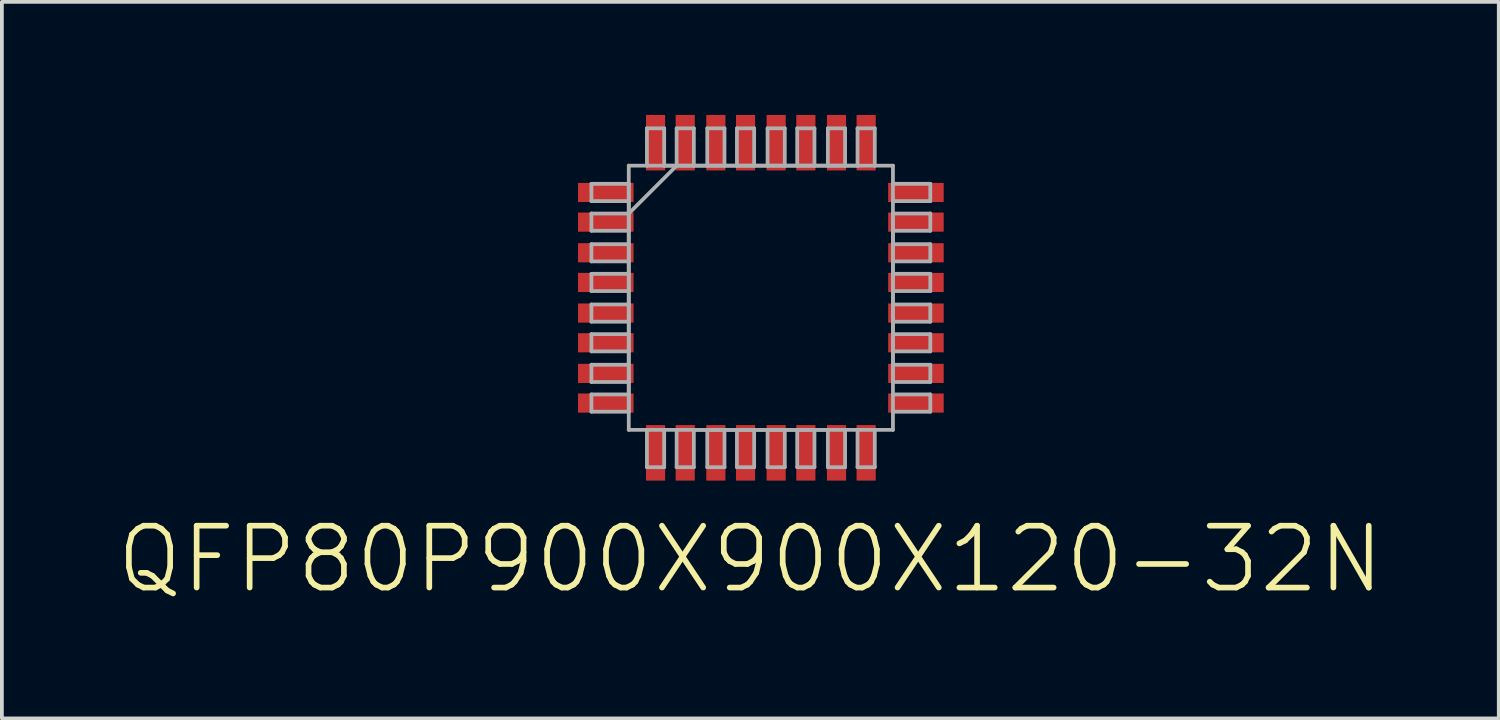
<source format=kicad_pcb>
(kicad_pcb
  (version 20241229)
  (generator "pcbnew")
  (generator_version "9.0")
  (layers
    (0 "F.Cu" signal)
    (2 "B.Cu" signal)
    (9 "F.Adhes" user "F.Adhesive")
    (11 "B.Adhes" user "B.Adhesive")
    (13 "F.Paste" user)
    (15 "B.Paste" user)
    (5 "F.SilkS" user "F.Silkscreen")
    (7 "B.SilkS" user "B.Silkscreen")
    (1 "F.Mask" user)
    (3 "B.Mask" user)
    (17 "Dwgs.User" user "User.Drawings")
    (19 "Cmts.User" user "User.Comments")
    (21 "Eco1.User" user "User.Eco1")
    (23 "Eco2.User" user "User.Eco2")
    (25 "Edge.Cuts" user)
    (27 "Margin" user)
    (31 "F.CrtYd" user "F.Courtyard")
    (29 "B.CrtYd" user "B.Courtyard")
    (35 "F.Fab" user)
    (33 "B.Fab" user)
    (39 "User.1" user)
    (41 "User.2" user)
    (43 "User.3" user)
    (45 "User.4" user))
  (footprint "QFP80P900X900X120-32N"
    (layer "F.Cu")
    (at 17.139 4.851)
    (property "Reference" "QFP80P900X900X120-32N" (at -0.28 6.938 0) (layer "F.SilkS") (effects (font (size 1.641 1.641) (thickness 0.15))))
    (attr through_hole)
    (fp_line (start -4.496 -3.023) (end -4.496 -2.565) (stroke (width 0.1) (type solid)) (layer "F.Fab"))
    (fp_line (start -4.496 -2.565) (end -3.505 -2.565) (stroke (width 0.1) (type solid)) (layer "F.Fab"))
    (fp_line (start -4.496 -2.235) (end -4.496 -1.778) (stroke (width 0.1) (type solid)) (layer "F.Fab"))
    (fp_line (start -4.496 -1.778) (end -3.505 -1.778) (stroke (width 0.1) (type solid)) (layer "F.Fab"))
    (fp_line (start -4.496 -1.422) (end -4.496 -0.965) (stroke (width 0.1) (type solid)) (layer "F.Fab"))
    (fp_line (start -4.496 -0.965) (end -3.505 -0.965) (stroke (width 0.1) (type solid)) (layer "F.Fab"))
    (fp_line (start -4.496 -0.635) (end -4.496 -0.178) (stroke (width 0.1) (type solid)) (layer "F.Fab"))
    (fp_line (start -4.496 -0.178) (end -3.505 -0.178) (stroke (width 0.1) (type solid)) (layer "F.Fab"))
    (fp_line (start -4.496 0.178) (end -4.496 0.635) (stroke (width 0.1) (type solid)) (layer "F.Fab"))
    (fp_line (start -4.496 0.635) (end -3.505 0.635) (stroke (width 0.1) (type solid)) (layer "F.Fab"))
    (fp_line (start -4.496 0.965) (end -4.496 1.422) (stroke (width 0.1) (type solid)) (layer "F.Fab"))
    (fp_line (start -4.496 1.422) (end -3.505 1.422) (stroke (width 0.1) (type solid)) (layer "F.Fab"))
    (fp_line (start -4.496 1.778) (end -4.496 2.235) (stroke (width 0.1) (type solid)) (layer "F.Fab"))
    (fp_line (start -4.496 2.235) (end -3.505 2.235) (stroke (width 0.1) (type solid)) (layer "F.Fab"))
    (fp_line (start -4.496 2.565) (end -4.496 3.023) (stroke (width 0.1) (type solid)) (layer "F.Fab"))
    (fp_line (start -4.496 3.023) (end -3.505 3.023) (stroke (width 0.1) (type solid)) (layer "F.Fab"))
    (fp_line (start -3.505 -3.505) (end -3.505 -3.023) (stroke (width 0.1) (type solid)) (layer "F.Fab"))
    (fp_line (start -3.505 -3.023) (end -4.496 -3.023) (stroke (width 0.1) (type solid)) (layer "F.Fab"))
    (fp_line (start -3.505 -3.023) (end -3.505 3.023) (stroke (width 0.1) (type solid)) (layer "F.Fab"))
    (fp_line (start -3.505 -2.565) (end -3.505 -3.023) (stroke (width 0.1) (type solid)) (layer "F.Fab"))
    (fp_line (start -3.505 -2.565) (end -3.505 -2.235) (stroke (width 0.1) (type solid)) (layer "F.Fab"))
    (fp_line (start -3.505 -2.235) (end -4.496 -2.235) (stroke (width 0.1) (type solid)) (layer "F.Fab"))
    (fp_line (start -3.505 -2.235) (end -2.235 -3.505) (stroke (width 0.1) (type solid)) (layer "F.Fab"))
    (fp_line (start -3.505 -1.778) (end -3.505 -2.235) (stroke (width 0.1) (type solid)) (layer "F.Fab"))
    (fp_line (start -3.505 -1.778) (end -3.505 -1.422) (stroke (width 0.1) (type solid)) (layer "F.Fab"))
    (fp_line (start -3.505 -1.422) (end -4.496 -1.422) (stroke (width 0.1) (type solid)) (layer "F.Fab"))
    (fp_line (start -3.505 -0.965) (end -3.505 -1.422) (stroke (width 0.1) (type solid)) (layer "F.Fab"))
    (fp_line (start -3.505 -0.965) (end -3.505 -0.635) (stroke (width 0.1) (type solid)) (layer "F.Fab"))
    (fp_line (start -3.505 -0.635) (end -4.496 -0.635) (stroke (width 0.1) (type solid)) (layer "F.Fab"))
    (fp_line (start -3.505 -0.178) (end -3.505 -0.635) (stroke (width 0.1) (type solid)) (layer "F.Fab"))
    (fp_line (start -3.505 -0.178) (end -3.505 0.178) (stroke (width 0.1) (type solid)) (layer "F.Fab"))
    (fp_line (start -3.505 0.178) (end -4.496 0.178) (stroke (width 0.1) (type solid)) (layer "F.Fab"))
    (fp_line (start -3.505 0.635) (end -3.505 0.178) (stroke (width 0.1) (type solid)) (layer "F.Fab"))
    (fp_line (start -3.505 0.635) (end -3.505 0.965) (stroke (width 0.1) (type solid)) (layer "F.Fab"))
    (fp_line (start -3.505 0.965) (end -4.496 0.965) (stroke (width 0.1) (type solid)) (layer "F.Fab"))
    (fp_line (start -3.505 1.422) (end -3.505 0.965) (stroke (width 0.1) (type solid)) (layer "F.Fab"))
    (fp_line (start -3.505 1.422) (end -3.505 1.778) (stroke (width 0.1) (type solid)) (layer "F.Fab"))
    (fp_line (start -3.505 1.778) (end -4.496 1.778) (stroke (width 0.1) (type solid)) (layer "F.Fab"))
    (fp_line (start -3.505 2.235) (end -3.505 1.778) (stroke (width 0.1) (type solid)) (layer "F.Fab"))
    (fp_line (start -3.505 2.235) (end -3.505 2.565) (stroke (width 0.1) (type solid)) (layer "F.Fab"))
    (fp_line (start -3.505 2.565) (end -4.496 2.565) (stroke (width 0.1) (type solid)) (layer "F.Fab"))
    (fp_line (start -3.505 3.023) (end -3.505 2.565) (stroke (width 0.1) (type solid)) (layer "F.Fab"))
    (fp_line (start -3.505 3.023) (end -3.505 3.505) (stroke (width 0.1) (type solid)) (layer "F.Fab"))
    (fp_line (start -3.505 3.505) (end -3.023 3.505) (stroke (width 0.1) (type solid)) (layer "F.Fab"))
    (fp_line (start -3.023 -4.496) (end -3.023 -3.505) (stroke (width 0.1) (type solid)) (layer "F.Fab"))
    (fp_line (start -3.023 -3.505) (end -3.505 -3.505) (stroke (width 0.1) (type solid)) (layer "F.Fab"))
    (fp_line (start -3.023 -3.505) (end -2.565 -3.505) (stroke (width 0.1) (type solid)) (layer "F.Fab"))
    (fp_line (start -3.023 3.505) (end -3.023 4.496) (stroke (width 0.1) (type solid)) (layer "F.Fab"))
    (fp_line (start -3.023 4.496) (end -2.565 4.496) (stroke (width 0.1) (type solid)) (layer "F.Fab"))
    (fp_line (start -2.565 -4.496) (end -3.023 -4.496) (stroke (width 0.1) (type solid)) (layer "F.Fab"))
    (fp_line (start -2.565 -3.505) (end -2.565 -4.496) (stroke (width 0.1) (type solid)) (layer "F.Fab"))
    (fp_line (start -2.565 3.505) (end -3.023 3.505) (stroke (width 0.1) (type solid)) (layer "F.Fab"))
    (fp_line (start -2.565 3.505) (end -2.235 3.505) (stroke (width 0.1) (type solid)) (layer "F.Fab"))
    (fp_line (start -2.565 4.496) (end -2.565 3.505) (stroke (width 0.1) (type solid)) (layer "F.Fab"))
    (fp_line (start -2.235 -4.496) (end -2.235 -3.505) (stroke (width 0.1) (type solid)) (layer "F.Fab"))
    (fp_line (start -2.235 -3.505) (end -2.565 -3.505) (stroke (width 0.1) (type solid)) (layer "F.Fab"))
    (fp_line (start -2.235 -3.505) (end -1.778 -3.505) (stroke (width 0.1) (type solid)) (layer "F.Fab"))
    (fp_line (start -2.235 3.505) (end -2.235 4.496) (stroke (width 0.1) (type solid)) (layer "F.Fab"))
    (fp_line (start -2.235 4.496) (end -1.778 4.496) (stroke (width 0.1) (type solid)) (layer "F.Fab"))
    (fp_line (start -1.778 -4.496) (end -2.235 -4.496) (stroke (width 0.1) (type solid)) (layer "F.Fab"))
    (fp_line (start -1.778 -3.505) (end -1.778 -4.496) (stroke (width 0.1) (type solid)) (layer "F.Fab"))
    (fp_line (start -1.778 3.505) (end -2.235 3.505) (stroke (width 0.1) (type solid)) (layer "F.Fab"))
    (fp_line (start -1.778 3.505) (end -1.422 3.505) (stroke (width 0.1) (type solid)) (layer "F.Fab"))
    (fp_line (start -1.778 3.505) (end 1.778 3.505) (stroke (width 0.1) (type solid)) (layer "F.Fab"))
    (fp_line (start -1.778 4.496) (end -1.778 3.505) (stroke (width 0.1) (type solid)) (layer "F.Fab"))
    (fp_line (start -1.422 -4.496) (end -1.422 -3.505) (stroke (width 0.1) (type solid)) (layer "F.Fab"))
    (fp_line (start -1.422 -3.505) (end -1.778 -3.505) (stroke (width 0.1) (type solid)) (layer "F.Fab"))
    (fp_line (start -1.422 -3.505) (end -0.965 -3.505) (stroke (width 0.1) (type solid)) (layer "F.Fab"))
    (fp_line (start -1.422 3.505) (end -1.422 4.496) (stroke (width 0.1) (type solid)) (layer "F.Fab"))
    (fp_line (start -1.422 4.496) (end -0.965 4.496) (stroke (width 0.1) (type solid)) (layer "F.Fab"))
    (fp_line (start -0.965 -4.496) (end -1.422 -4.496) (stroke (width 0.1) (type solid)) (layer "F.Fab"))
    (fp_line (start -0.965 -3.505) (end -0.965 -4.496) (stroke (width 0.1) (type solid)) (layer "F.Fab"))
    (fp_line (start -0.965 3.505) (end -1.422 3.505) (stroke (width 0.1) (type solid)) (layer "F.Fab"))
    (fp_line (start -0.965 3.505) (end -0.635 3.505) (stroke (width 0.1) (type solid)) (layer "F.Fab"))
    (fp_line (start -0.965 4.496) (end -0.965 3.505) (stroke (width 0.1) (type solid)) (layer "F.Fab"))
    (fp_line (start -0.635 -4.496) (end -0.635 -3.505) (stroke (width 0.1) (type solid)) (layer "F.Fab"))
    (fp_line (start -0.635 -3.505) (end -0.965 -3.505) (stroke (width 0.1) (type solid)) (layer "F.Fab"))
    (fp_line (start -0.635 -3.505) (end -0.178 -3.505) (stroke (width 0.1) (type solid)) (layer "F.Fab"))
    (fp_line (start -0.635 3.505) (end -0.635 4.496) (stroke (width 0.1) (type solid)) (layer "F.Fab"))
    (fp_line (start -0.635 4.496) (end -0.178 4.496) (stroke (width 0.1) (type solid)) (layer "F.Fab"))
    (fp_line (start -0.178 -4.496) (end -0.635 -4.496) (stroke (width 0.1) (type solid)) (layer "F.Fab"))
    (fp_line (start -0.178 -3.505) (end -0.178 -4.496) (stroke (width 0.1) (type solid)) (layer "F.Fab"))
    (fp_line (start -0.178 3.505) (end -0.635 3.505) (stroke (width 0.1) (type solid)) (layer "F.Fab"))
    (fp_line (start -0.178 3.505) (end 0.178 3.505) (stroke (width 0.1) (type solid)) (layer "F.Fab"))
    (fp_line (start -0.178 4.496) (end -0.178 3.505) (stroke (width 0.1) (type solid)) (layer "F.Fab"))
    (fp_line (start 0.178 -4.496) (end 0.178 -3.505) (stroke (width 0.1) (type solid)) (layer "F.Fab"))
    (fp_line (start 0.178 -3.505) (end -0.178 -3.505) (stroke (width 0.1) (type solid)) (layer "F.Fab"))
    (fp_line (start 0.178 -3.505) (end 0.635 -3.505) (stroke (width 0.1) (type solid)) (layer "F.Fab"))
    (fp_line (start 0.178 3.505) (end 0.178 4.496) (stroke (width 0.1) (type solid)) (layer "F.Fab"))
    (fp_line (start 0.178 4.496) (end 0.635 4.496) (stroke (width 0.1) (type solid)) (layer "F.Fab"))
    (fp_line (start 0.635 -4.496) (end 0.178 -4.496) (stroke (width 0.1) (type solid)) (layer "F.Fab"))
    (fp_line (start 0.635 -3.505) (end 0.635 -4.496) (stroke (width 0.1) (type solid)) (layer "F.Fab"))
    (fp_line (start 0.635 3.505) (end 0.178 3.505) (stroke (width 0.1) (type solid)) (layer "F.Fab"))
    (fp_line (start 0.635 3.505) (end 0.965 3.505) (stroke (width 0.1) (type solid)) (layer "F.Fab"))
    (fp_line (start 0.635 4.496) (end 0.635 3.505) (stroke (width 0.1) (type solid)) (layer "F.Fab"))
    (fp_line (start 0.965 -4.496) (end 0.965 -3.505) (stroke (width 0.1) (type solid)) (layer "F.Fab"))
    (fp_line (start 0.965 -3.505) (end 0.635 -3.505) (stroke (width 0.1) (type solid)) (layer "F.Fab"))
    (fp_line (start 0.965 -3.505) (end 1.422 -3.505) (stroke (width 0.1) (type solid)) (layer "F.Fab"))
    (fp_line (start 0.965 3.505) (end 0.965 4.496) (stroke (width 0.1) (type solid)) (layer "F.Fab"))
    (fp_line (start 0.965 4.496) (end 1.422 4.496) (stroke (width 0.1) (type solid)) (layer "F.Fab"))
    (fp_line (start 1.422 -4.496) (end 0.965 -4.496) (stroke (width 0.1) (type solid)) (layer "F.Fab"))
    (fp_line (start 1.422 -3.505) (end 1.422 -4.496) (stroke (width 0.1) (type solid)) (layer "F.Fab"))
    (fp_line (start 1.422 3.505) (end 0.965 3.505) (stroke (width 0.1) (type solid)) (layer "F.Fab"))
    (fp_line (start 1.422 3.505) (end 1.778 3.505) (stroke (width 0.1) (type solid)) (layer "F.Fab"))
    (fp_line (start 1.422 4.496) (end 1.422 3.505) (stroke (width 0.1) (type solid)) (layer "F.Fab"))
    (fp_line (start 1.778 -4.496) (end 1.778 -3.505) (stroke (width 0.1) (type solid)) (layer "F.Fab"))
    (fp_line (start 1.778 -3.505) (end 1.422 -3.505) (stroke (width 0.1) (type solid)) (layer "F.Fab"))
    (fp_line (start 1.778 -3.505) (end 2.235 -3.505) (stroke (width 0.1) (type solid)) (layer "F.Fab"))
    (fp_line (start 1.778 3.505) (end 1.778 4.496) (stroke (width 0.1) (type solid)) (layer "F.Fab"))
    (fp_line (start 1.778 4.496) (end 2.235 4.496) (stroke (width 0.1) (type solid)) (layer "F.Fab"))
    (fp_line (start 2.235 -4.496) (end 1.778 -4.496) (stroke (width 0.1) (type solid)) (layer "F.Fab"))
    (fp_line (start 2.235 -3.505) (end 2.235 -4.496) (stroke (width 0.1) (type solid)) (layer "F.Fab"))
    (fp_line (start 2.235 3.505) (end 1.778 3.505) (stroke (width 0.1) (type solid)) (layer "F.Fab"))
    (fp_line (start 2.235 3.505) (end 2.565 3.505) (stroke (width 0.1) (type solid)) (layer "F.Fab"))
    (fp_line (start 2.235 4.496) (end 2.235 3.505) (stroke (width 0.1) (type solid)) (layer "F.Fab"))
    (fp_line (start 2.565 -4.496) (end 2.565 -3.505) (stroke (width 0.1) (type solid)) (layer "F.Fab"))
    (fp_line (start 2.565 -3.505) (end -2.565 -3.505) (stroke (width 0.1) (type solid)) (layer "F.Fab"))
    (fp_line (start 2.565 -3.505) (end 2.235 -3.505) (stroke (width 0.1) (type solid)) (layer "F.Fab"))
    (fp_line (start 2.565 -3.505) (end 3.023 -3.505) (stroke (width 0.1) (type solid)) (layer "F.Fab"))
    (fp_line (start 2.565 3.505) (end 2.565 4.496) (stroke (width 0.1) (type solid)) (layer "F.Fab"))
    (fp_line (start 2.565 4.496) (end 3.023 4.496) (stroke (width 0.1) (type solid)) (layer "F.Fab"))
    (fp_line (start 3.023 -4.496) (end 2.565 -4.496) (stroke (width 0.1) (type solid)) (layer "F.Fab"))
    (fp_line (start 3.023 -3.505) (end 3.023 -4.496) (stroke (width 0.1) (type solid)) (layer "F.Fab"))
    (fp_line (start 3.023 3.505) (end 2.565 3.505) (stroke (width 0.1) (type solid)) (layer "F.Fab"))
    (fp_line (start 3.023 3.505) (end 3.505 3.505) (stroke (width 0.1) (type solid)) (layer "F.Fab"))
    (fp_line (start 3.023 4.496) (end 3.023 3.505) (stroke (width 0.1) (type solid)) (layer "F.Fab"))
    (fp_line (start 3.505 -3.505) (end 3.023 -3.505) (stroke (width 0.1) (type solid)) (layer "F.Fab"))
    (fp_line (start 3.505 -3.023) (end 3.505 -3.505) (stroke (width 0.1) (type solid)) (layer "F.Fab"))
    (fp_line (start 3.505 -3.023) (end 3.505 -2.565) (stroke (width 0.1) (type solid)) (layer "F.Fab"))
    (fp_line (start 3.505 -2.565) (end 4.496 -2.565) (stroke (width 0.1) (type solid)) (layer "F.Fab"))
    (fp_line (start 3.505 -2.235) (end 3.505 -2.565) (stroke (width 0.1) (type solid)) (layer "F.Fab"))
    (fp_line (start 3.505 -2.235) (end 3.505 -1.778) (stroke (width 0.1) (type solid)) (layer "F.Fab"))
    (fp_line (start 3.505 -1.778) (end 4.496 -1.778) (stroke (width 0.1) (type solid)) (layer "F.Fab"))
    (fp_line (start 3.505 -1.422) (end 3.505 -1.778) (stroke (width 0.1) (type solid)) (layer "F.Fab"))
    (fp_line (start 3.505 -1.422) (end 3.505 -0.965) (stroke (width 0.1) (type solid)) (layer "F.Fab"))
    (fp_line (start 3.505 -0.965) (end 4.496 -0.965) (stroke (width 0.1) (type solid)) (layer "F.Fab"))
    (fp_line (start 3.505 -0.635) (end 3.505 -0.965) (stroke (width 0.1) (type solid)) (layer "F.Fab"))
    (fp_line (start 3.505 -0.635) (end 3.505 -0.178) (stroke (width 0.1) (type solid)) (layer "F.Fab"))
    (fp_line (start 3.505 -0.178) (end 4.496 -0.178) (stroke (width 0.1) (type solid)) (layer "F.Fab"))
    (fp_line (start 3.505 0.178) (end 3.505 -0.178) (stroke (width 0.1) (type solid)) (layer "F.Fab"))
    (fp_line (start 3.505 0.178) (end 3.505 0.635) (stroke (width 0.1) (type solid)) (layer "F.Fab"))
    (fp_line (start 3.505 0.635) (end 4.496 0.635) (stroke (width 0.1) (type solid)) (layer "F.Fab"))
    (fp_line (start 3.505 0.965) (end 3.505 0.635) (stroke (width 0.1) (type solid)) (layer "F.Fab"))
    (fp_line (start 3.505 0.965) (end 3.505 1.422) (stroke (width 0.1) (type solid)) (layer "F.Fab"))
    (fp_line (start 3.505 1.422) (end 4.496 1.422) (stroke (width 0.1) (type solid)) (layer "F.Fab"))
    (fp_line (start 3.505 1.778) (end 3.505 1.422) (stroke (width 0.1) (type solid)) (layer "F.Fab"))
    (fp_line (start 3.505 1.778) (end 3.505 2.235) (stroke (width 0.1) (type solid)) (layer "F.Fab"))
    (fp_line (start 3.505 2.235) (end 3.505 -2.235) (stroke (width 0.1) (type solid)) (layer "F.Fab"))
    (fp_line (start 3.505 2.235) (end 4.496 2.235) (stroke (width 0.1) (type solid)) (layer "F.Fab"))
    (fp_line (start 3.505 2.565) (end 3.505 2.235) (stroke (width 0.1) (type solid)) (layer "F.Fab"))
    (fp_line (start 3.505 2.565) (end 3.505 3.023) (stroke (width 0.1) (type solid)) (layer "F.Fab"))
    (fp_line (start 3.505 3.023) (end 4.496 3.023) (stroke (width 0.1) (type solid)) (layer "F.Fab"))
    (fp_line (start 3.505 3.505) (end 3.505 3.023) (stroke (width 0.1) (type solid)) (layer "F.Fab"))
    (fp_line (start 4.496 -3.023) (end 3.505 -3.023) (stroke (width 0.1) (type solid)) (layer "F.Fab"))
    (fp_line (start 4.496 -2.565) (end 4.496 -3.023) (stroke (width 0.1) (type solid)) (layer "F.Fab"))
    (fp_line (start 4.496 -2.235) (end 3.505 -2.235) (stroke (width 0.1) (type solid)) (layer "F.Fab"))
    (fp_line (start 4.496 -1.778) (end 4.496 -2.235) (stroke (width 0.1) (type solid)) (layer "F.Fab"))
    (fp_line (start 4.496 -1.422) (end 3.505 -1.422) (stroke (width 0.1) (type solid)) (layer "F.Fab"))
    (fp_line (start 4.496 -0.965) (end 4.496 -1.422) (stroke (width 0.1) (type solid)) (layer "F.Fab"))
    (fp_line (start 4.496 -0.635) (end 3.505 -0.635) (stroke (width 0.1) (type solid)) (layer "F.Fab"))
    (fp_line (start 4.496 -0.178) (end 4.496 -0.635) (stroke (width 0.1) (type solid)) (layer "F.Fab"))
    (fp_line (start 4.496 0.178) (end 3.505 0.178) (stroke (width 0.1) (type solid)) (layer "F.Fab"))
    (fp_line (start 4.496 0.635) (end 4.496 0.178) (stroke (width 0.1) (type solid)) (layer "F.Fab"))
    (fp_line (start 4.496 0.965) (end 3.505 0.965) (stroke (width 0.1) (type solid)) (layer "F.Fab"))
    (fp_line (start 4.496 1.422) (end 4.496 0.965) (stroke (width 0.1) (type solid)) (layer "F.Fab"))
    (fp_line (start 4.496 1.778) (end 3.505 1.778) (stroke (width 0.1) (type solid)) (layer "F.Fab"))
    (fp_line (start 4.496 2.235) (end 4.496 1.778) (stroke (width 0.1) (type solid)) (layer "F.Fab"))
    (fp_line (start 4.496 2.565) (end 3.505 2.565) (stroke (width 0.1) (type solid)) (layer "F.Fab"))
    (fp_line (start 4.496 3.023) (end 4.496 2.565) (stroke (width 0.1) (type solid)) (layer "F.Fab"))
    (pad "1" smd rect (at -4.115 -2.794 270) (size 0.508 1.473) (layers "F.Cu" "F.Mask" "F.Paste"))
    (pad "2" smd rect (at -4.115 -2.007 270) (size 0.508 1.473) (layers "F.Cu" "F.Mask" "F.Paste"))
    (pad "3" smd rect (at -4.115 -1.194 270) (size 0.508 1.473) (layers "F.Cu" "F.Mask" "F.Paste"))
    (pad "4" smd rect (at -4.115 -0.406 270) (size 0.508 1.473) (layers "F.Cu" "F.Mask" "F.Paste"))
    (pad "5" smd rect (at -4.115 0.406 270) (size 0.508 1.473) (layers "F.Cu" "F.Mask" "F.Paste"))
    (pad "6" smd rect (at -4.115 1.194 270) (size 0.508 1.473) (layers "F.Cu" "F.Mask" "F.Paste"))
    (pad "7" smd rect (at -4.115 2.007 270) (size 0.508 1.473) (layers "F.Cu" "F.Mask" "F.Paste"))
    (pad "8" smd rect (at -4.115 2.794 270) (size 0.508 1.473) (layers "F.Cu" "F.Mask" "F.Paste"))
    (pad "9" smd rect (at -2.794 4.115 180) (size 0.508 1.473) (layers "F.Cu" "F.Mask" "F.Paste"))
    (pad "10" smd rect (at -2.007 4.115 180) (size 0.508 1.473) (layers "F.Cu" "F.Mask" "F.Paste"))
    (pad "11" smd rect (at -1.194 4.115 180) (size 0.508 1.473) (layers "F.Cu" "F.Mask" "F.Paste"))
    (pad "12" smd rect (at -0.406 4.115 180) (size 0.508 1.473) (layers "F.Cu" "F.Mask" "F.Paste"))
    (pad "13" smd rect (at 0.406 4.115 180) (size 0.508 1.473) (layers "F.Cu" "F.Mask" "F.Paste"))
    (pad "14" smd rect (at 1.194 4.115 180) (size 0.508 1.473) (layers "F.Cu" "F.Mask" "F.Paste"))
    (pad "15" smd rect (at 2.007 4.115 180) (size 0.508 1.473) (layers "F.Cu" "F.Mask" "F.Paste"))
    (pad "16" smd rect (at 2.794 4.115 180) (size 0.508 1.473) (layers "F.Cu" "F.Mask" "F.Paste"))
    (pad "17" smd rect (at 4.115 2.794 270) (size 0.508 1.473) (layers "F.Cu" "F.Mask" "F.Paste"))
    (pad "18" smd rect (at 4.115 2.007 270) (size 0.508 1.473) (layers "F.Cu" "F.Mask" "F.Paste"))
    (pad "19" smd rect (at 4.115 1.194 270) (size 0.508 1.473) (layers "F.Cu" "F.Mask" "F.Paste"))
    (pad "20" smd rect (at 4.115 0.406 270) (size 0.508 1.473) (layers "F.Cu" "F.Mask" "F.Paste"))
    (pad "21" smd rect (at 4.115 -0.406 270) (size 0.508 1.473) (layers "F.Cu" "F.Mask" "F.Paste"))
    (pad "22" smd rect (at 4.115 -1.194 270) (size 0.508 1.473) (layers "F.Cu" "F.Mask" "F.Paste"))
    (pad "23" smd rect (at 4.115 -2.007 270) (size 0.508 1.473) (layers "F.Cu" "F.Mask" "F.Paste"))
    (pad "24" smd rect (at 4.115 -2.794 270) (size 0.508 1.473) (layers "F.Cu" "F.Mask" "F.Paste"))
    (pad "25" smd rect (at 2.794 -4.115 180) (size 0.508 1.473) (layers "F.Cu" "F.Mask" "F.Paste"))
    (pad "26" smd rect (at 2.007 -4.115 180) (size 0.508 1.473) (layers "F.Cu" "F.Mask" "F.Paste"))
    (pad "27" smd rect (at 1.194 -4.115 180) (size 0.508 1.473) (layers "F.Cu" "F.Mask" "F.Paste"))
    (pad "28" smd rect (at 0.406 -4.115 180) (size 0.508 1.473) (layers "F.Cu" "F.Mask" "F.Paste"))
    (pad "29" smd rect (at -0.406 -4.115 180) (size 0.508 1.473) (layers "F.Cu" "F.Mask" "F.Paste"))
    (pad "30" smd rect (at -1.194 -4.115 180) (size 0.508 1.473) (layers "F.Cu" "F.Mask" "F.Paste"))
    (pad "31" smd rect (at -2.007 -4.115 180) (size 0.508 1.473) (layers "F.Cu" "F.Mask" "F.Paste"))
    (pad "32" smd rect (at -2.794 -4.115 180) (size 0.508 1.473) (layers "F.Cu" "F.Mask" "F.Paste")))
  (gr_rect
    (start -3 -3)
    (end 36.719 16.012)
    (stroke (width 0.1) (type default))
    (fill no)
    (layer "Edge.Cuts")))
</source>
